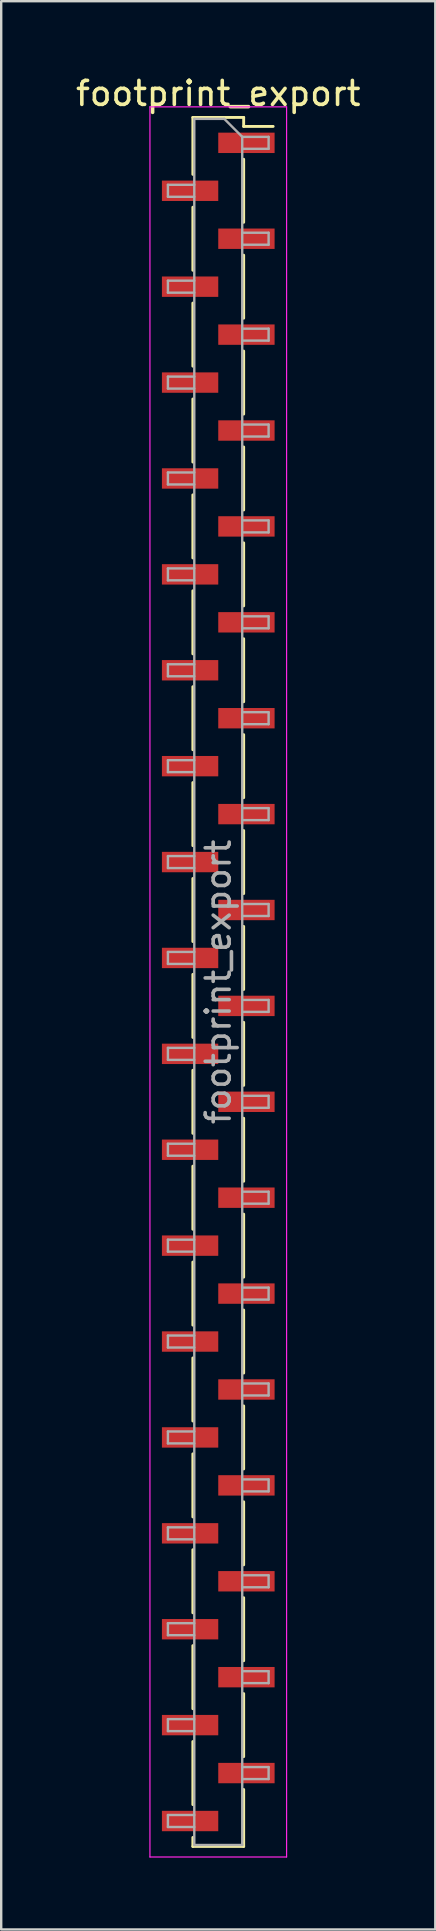
<source format=kicad_pcb>
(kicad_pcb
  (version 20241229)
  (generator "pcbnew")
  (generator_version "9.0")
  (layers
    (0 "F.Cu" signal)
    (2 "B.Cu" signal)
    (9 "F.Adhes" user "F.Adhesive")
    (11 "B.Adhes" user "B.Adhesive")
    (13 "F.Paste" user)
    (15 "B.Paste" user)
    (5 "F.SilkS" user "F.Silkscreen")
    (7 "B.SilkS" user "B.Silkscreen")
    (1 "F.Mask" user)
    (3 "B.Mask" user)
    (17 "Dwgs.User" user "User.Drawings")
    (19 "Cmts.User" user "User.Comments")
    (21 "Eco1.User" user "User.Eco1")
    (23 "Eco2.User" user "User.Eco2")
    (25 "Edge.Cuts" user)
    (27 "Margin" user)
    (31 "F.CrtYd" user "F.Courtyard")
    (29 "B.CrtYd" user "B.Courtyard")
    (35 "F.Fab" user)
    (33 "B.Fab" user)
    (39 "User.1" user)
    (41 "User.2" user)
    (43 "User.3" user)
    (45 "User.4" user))
  (footprint "footprint_export"
    (layer "F.Cu")
    (at 6.054 37.908)
    (property "Reference" "footprint_export" (at 0 -37.06 0) (layer "F.SilkS") (effects (font (size 1 1) (thickness 0.15))))
    (attr smd)
    (fp_line (start -1.06 -36.06) (end -1.06 -33.685) (stroke (width 0.12) (type solid)) (layer "F.SilkS"))
    (fp_line (start -1.06 -36.06) (end 1.06 -36.06) (stroke (width 0.12) (type solid)) (layer "F.SilkS"))
    (fp_line (start -1.06 -32.315) (end -1.06 -29.685) (stroke (width 0.12) (type solid)) (layer "F.SilkS"))
    (fp_line (start -1.06 -28.315) (end -1.06 -25.685) (stroke (width 0.12) (type solid)) (layer "F.SilkS"))
    (fp_line (start -1.06 -24.315) (end -1.06 -21.685) (stroke (width 0.12) (type solid)) (layer "F.SilkS"))
    (fp_line (start -1.06 -20.315) (end -1.06 -17.685) (stroke (width 0.12) (type solid)) (layer "F.SilkS"))
    (fp_line (start -1.06 -16.315) (end -1.06 -13.685) (stroke (width 0.12) (type solid)) (layer "F.SilkS"))
    (fp_line (start -1.06 -12.315) (end -1.06 -9.685) (stroke (width 0.12) (type solid)) (layer "F.SilkS"))
    (fp_line (start -1.06 -8.315) (end -1.06 -5.685) (stroke (width 0.12) (type solid)) (layer "F.SilkS"))
    (fp_line (start -1.06 -4.315) (end -1.06 -1.685) (stroke (width 0.12) (type solid)) (layer "F.SilkS"))
    (fp_line (start -1.06 -0.315) (end -1.06 2.315) (stroke (width 0.12) (type solid)) (layer "F.SilkS"))
    (fp_line (start -1.06 3.685) (end -1.06 6.315) (stroke (width 0.12) (type solid)) (layer "F.SilkS"))
    (fp_line (start -1.06 7.685) (end -1.06 10.315) (stroke (width 0.12) (type solid)) (layer "F.SilkS"))
    (fp_line (start -1.06 11.685) (end -1.06 14.315) (stroke (width 0.12) (type solid)) (layer "F.SilkS"))
    (fp_line (start -1.06 15.685) (end -1.06 18.315) (stroke (width 0.12) (type solid)) (layer "F.SilkS"))
    (fp_line (start -1.06 19.685) (end -1.06 22.315) (stroke (width 0.12) (type solid)) (layer "F.SilkS"))
    (fp_line (start -1.06 23.685) (end -1.06 26.315) (stroke (width 0.12) (type solid)) (layer "F.SilkS"))
    (fp_line (start -1.06 27.685) (end -1.06 30.315) (stroke (width 0.12) (type solid)) (layer "F.SilkS"))
    (fp_line (start -1.06 31.685) (end -1.06 34.315) (stroke (width 0.12) (type solid)) (layer "F.SilkS"))
    (fp_line (start -1.06 35.685) (end -1.06 36.06) (stroke (width 0.12) (type solid)) (layer "F.SilkS"))
    (fp_line (start -1.06 36.06) (end 1.06 36.06) (stroke (width 0.12) (type solid)) (layer "F.SilkS"))
    (fp_line (start 1.06 -36.06) (end 1.06 -35.685) (stroke (width 0.12) (type solid)) (layer "F.SilkS"))
    (fp_line (start 1.06 -35.685) (end 2.29 -35.685) (stroke (width 0.12) (type solid)) (layer "F.SilkS"))
    (fp_line (start 1.06 -34.315) (end 1.06 -31.685) (stroke (width 0.12) (type solid)) (layer "F.SilkS"))
    (fp_line (start 1.06 -30.315) (end 1.06 -27.685) (stroke (width 0.12) (type solid)) (layer "F.SilkS"))
    (fp_line (start 1.06 -26.315) (end 1.06 -23.685) (stroke (width 0.12) (type solid)) (layer "F.SilkS"))
    (fp_line (start 1.06 -22.315) (end 1.06 -19.685) (stroke (width 0.12) (type solid)) (layer "F.SilkS"))
    (fp_line (start 1.06 -18.315) (end 1.06 -15.685) (stroke (width 0.12) (type solid)) (layer "F.SilkS"))
    (fp_line (start 1.06 -14.315) (end 1.06 -11.685) (stroke (width 0.12) (type solid)) (layer "F.SilkS"))
    (fp_line (start 1.06 -10.315) (end 1.06 -7.685) (stroke (width 0.12) (type solid)) (layer "F.SilkS"))
    (fp_line (start 1.06 -6.315) (end 1.06 -3.685) (stroke (width 0.12) (type solid)) (layer "F.SilkS"))
    (fp_line (start 1.06 -2.315) (end 1.06 0.315) (stroke (width 0.12) (type solid)) (layer "F.SilkS"))
    (fp_line (start 1.06 1.685) (end 1.06 4.315) (stroke (width 0.12) (type solid)) (layer "F.SilkS"))
    (fp_line (start 1.06 5.685) (end 1.06 8.315) (stroke (width 0.12) (type solid)) (layer "F.SilkS"))
    (fp_line (start 1.06 9.685) (end 1.06 12.315) (stroke (width 0.12) (type solid)) (layer "F.SilkS"))
    (fp_line (start 1.06 13.685) (end 1.06 16.315) (stroke (width 0.12) (type solid)) (layer "F.SilkS"))
    (fp_line (start 1.06 17.685) (end 1.06 20.315) (stroke (width 0.12) (type solid)) (layer "F.SilkS"))
    (fp_line (start 1.06 21.685) (end 1.06 24.315) (stroke (width 0.12) (type solid)) (layer "F.SilkS"))
    (fp_line (start 1.06 25.685) (end 1.06 28.315) (stroke (width 0.12) (type solid)) (layer "F.SilkS"))
    (fp_line (start 1.06 29.685) (end 1.06 32.315) (stroke (width 0.12) (type solid)) (layer "F.SilkS"))
    (fp_line (start 1.06 33.685) (end 1.06 36.06) (stroke (width 0.12) (type solid)) (layer "F.SilkS"))
    (fp_line (start -2.85 -36.5) (end -2.85 36.5) (stroke (width 0.05) (type solid)) (layer "F.CrtYd"))
    (fp_line (start -2.85 36.5) (end 2.85 36.5) (stroke (width 0.05) (type solid)) (layer "F.CrtYd"))
    (fp_line (start 2.85 -36.5) (end -2.85 -36.5) (stroke (width 0.05) (type solid)) (layer "F.CrtYd"))
    (fp_line (start 2.85 36.5) (end 2.85 -36.5) (stroke (width 0.05) (type solid)) (layer "F.CrtYd"))
    (fp_line (start -2.1 -33.25) (end -2.1 -32.75) (stroke (width 0.1) (type solid)) (layer "F.Fab"))
    (fp_line (start -2.1 -32.75) (end -1 -32.75) (stroke (width 0.1) (type solid)) (layer "F.Fab"))
    (fp_line (start -2.1 -29.25) (end -2.1 -28.75) (stroke (width 0.1) (type solid)) (layer "F.Fab"))
    (fp_line (start -2.1 -28.75) (end -1 -28.75) (stroke (width 0.1) (type solid)) (layer "F.Fab"))
    (fp_line (start -2.1 -25.25) (end -2.1 -24.75) (stroke (width 0.1) (type solid)) (layer "F.Fab"))
    (fp_line (start -2.1 -24.75) (end -1 -24.75) (stroke (width 0.1) (type solid)) (layer "F.Fab"))
    (fp_line (start -2.1 -21.25) (end -2.1 -20.75) (stroke (width 0.1) (type solid)) (layer "F.Fab"))
    (fp_line (start -2.1 -20.75) (end -1 -20.75) (stroke (width 0.1) (type solid)) (layer "F.Fab"))
    (fp_line (start -2.1 -17.25) (end -2.1 -16.75) (stroke (width 0.1) (type solid)) (layer "F.Fab"))
    (fp_line (start -2.1 -16.75) (end -1 -16.75) (stroke (width 0.1) (type solid)) (layer "F.Fab"))
    (fp_line (start -2.1 -13.25) (end -2.1 -12.75) (stroke (width 0.1) (type solid)) (layer "F.Fab"))
    (fp_line (start -2.1 -12.75) (end -1 -12.75) (stroke (width 0.1) (type solid)) (layer "F.Fab"))
    (fp_line (start -2.1 -9.25) (end -2.1 -8.75) (stroke (width 0.1) (type solid)) (layer "F.Fab"))
    (fp_line (start -2.1 -8.75) (end -1 -8.75) (stroke (width 0.1) (type solid)) (layer "F.Fab"))
    (fp_line (start -2.1 -5.25) (end -2.1 -4.75) (stroke (width 0.1) (type solid)) (layer "F.Fab"))
    (fp_line (start -2.1 -4.75) (end -1 -4.75) (stroke (width 0.1) (type solid)) (layer "F.Fab"))
    (fp_line (start -2.1 -1.25) (end -2.1 -0.75) (stroke (width 0.1) (type solid)) (layer "F.Fab"))
    (fp_line (start -2.1 -0.75) (end -1 -0.75) (stroke (width 0.1) (type solid)) (layer "F.Fab"))
    (fp_line (start -2.1 2.75) (end -2.1 3.25) (stroke (width 0.1) (type solid)) (layer "F.Fab"))
    (fp_line (start -2.1 3.25) (end -1 3.25) (stroke (width 0.1) (type solid)) (layer "F.Fab"))
    (fp_line (start -2.1 6.75) (end -2.1 7.25) (stroke (width 0.1) (type solid)) (layer "F.Fab"))
    (fp_line (start -2.1 7.25) (end -1 7.25) (stroke (width 0.1) (type solid)) (layer "F.Fab"))
    (fp_line (start -2.1 10.75) (end -2.1 11.25) (stroke (width 0.1) (type solid)) (layer "F.Fab"))
    (fp_line (start -2.1 11.25) (end -1 11.25) (stroke (width 0.1) (type solid)) (layer "F.Fab"))
    (fp_line (start -2.1 14.75) (end -2.1 15.25) (stroke (width 0.1) (type solid)) (layer "F.Fab"))
    (fp_line (start -2.1 15.25) (end -1 15.25) (stroke (width 0.1) (type solid)) (layer "F.Fab"))
    (fp_line (start -2.1 18.75) (end -2.1 19.25) (stroke (width 0.1) (type solid)) (layer "F.Fab"))
    (fp_line (start -2.1 19.25) (end -1 19.25) (stroke (width 0.1) (type solid)) (layer "F.Fab"))
    (fp_line (start -2.1 22.75) (end -2.1 23.25) (stroke (width 0.1) (type solid)) (layer "F.Fab"))
    (fp_line (start -2.1 23.25) (end -1 23.25) (stroke (width 0.1) (type solid)) (layer "F.Fab"))
    (fp_line (start -2.1 26.75) (end -2.1 27.25) (stroke (width 0.1) (type solid)) (layer "F.Fab"))
    (fp_line (start -2.1 27.25) (end -1 27.25) (stroke (width 0.1) (type solid)) (layer "F.Fab"))
    (fp_line (start -2.1 30.75) (end -2.1 31.25) (stroke (width 0.1) (type solid)) (layer "F.Fab"))
    (fp_line (start -2.1 31.25) (end -1 31.25) (stroke (width 0.1) (type solid)) (layer "F.Fab"))
    (fp_line (start -2.1 34.75) (end -2.1 35.25) (stroke (width 0.1) (type solid)) (layer "F.Fab"))
    (fp_line (start -2.1 35.25) (end -1 35.25) (stroke (width 0.1) (type solid)) (layer "F.Fab"))
    (fp_line (start -1 -36) (end -1 36) (stroke (width 0.1) (type solid)) (layer "F.Fab"))
    (fp_line (start -1 -36) (end 0.25 -36) (stroke (width 0.1) (type solid)) (layer "F.Fab"))
    (fp_line (start -1 -33.25) (end -2.1 -33.25) (stroke (width 0.1) (type solid)) (layer "F.Fab"))
    (fp_line (start -1 -29.25) (end -2.1 -29.25) (stroke (width 0.1) (type solid)) (layer "F.Fab"))
    (fp_line (start -1 -25.25) (end -2.1 -25.25) (stroke (width 0.1) (type solid)) (layer "F.Fab"))
    (fp_line (start -1 -21.25) (end -2.1 -21.25) (stroke (width 0.1) (type solid)) (layer "F.Fab"))
    (fp_line (start -1 -17.25) (end -2.1 -17.25) (stroke (width 0.1) (type solid)) (layer "F.Fab"))
    (fp_line (start -1 -13.25) (end -2.1 -13.25) (stroke (width 0.1) (type solid)) (layer "F.Fab"))
    (fp_line (start -1 -9.25) (end -2.1 -9.25) (stroke (width 0.1) (type solid)) (layer "F.Fab"))
    (fp_line (start -1 -5.25) (end -2.1 -5.25) (stroke (width 0.1) (type solid)) (layer "F.Fab"))
    (fp_line (start -1 -1.25) (end -2.1 -1.25) (stroke (width 0.1) (type solid)) (layer "F.Fab"))
    (fp_line (start -1 2.75) (end -2.1 2.75) (stroke (width 0.1) (type solid)) (layer "F.Fab"))
    (fp_line (start -1 6.75) (end -2.1 6.75) (stroke (width 0.1) (type solid)) (layer "F.Fab"))
    (fp_line (start -1 10.75) (end -2.1 10.75) (stroke (width 0.1) (type solid)) (layer "F.Fab"))
    (fp_line (start -1 14.75) (end -2.1 14.75) (stroke (width 0.1) (type solid)) (layer "F.Fab"))
    (fp_line (start -1 18.75) (end -2.1 18.75) (stroke (width 0.1) (type solid)) (layer "F.Fab"))
    (fp_line (start -1 22.75) (end -2.1 22.75) (stroke (width 0.1) (type solid)) (layer "F.Fab"))
    (fp_line (start -1 26.75) (end -2.1 26.75) (stroke (width 0.1) (type solid)) (layer "F.Fab"))
    (fp_line (start -1 30.75) (end -2.1 30.75) (stroke (width 0.1) (type solid)) (layer "F.Fab"))
    (fp_line (start -1 34.75) (end -2.1 34.75) (stroke (width 0.1) (type solid)) (layer "F.Fab"))
    (fp_line (start 1 -35.25) (end 0.25 -36) (stroke (width 0.1) (type solid)) (layer "F.Fab"))
    (fp_line (start 1 -35.25) (end 2.1 -35.25) (stroke (width 0.1) (type solid)) (layer "F.Fab"))
    (fp_line (start 1 -31.25) (end 2.1 -31.25) (stroke (width 0.1) (type solid)) (layer "F.Fab"))
    (fp_line (start 1 -27.25) (end 2.1 -27.25) (stroke (width 0.1) (type solid)) (layer "F.Fab"))
    (fp_line (start 1 -23.25) (end 2.1 -23.25) (stroke (width 0.1) (type solid)) (layer "F.Fab"))
    (fp_line (start 1 -19.25) (end 2.1 -19.25) (stroke (width 0.1) (type solid)) (layer "F.Fab"))
    (fp_line (start 1 -15.25) (end 2.1 -15.25) (stroke (width 0.1) (type solid)) (layer "F.Fab"))
    (fp_line (start 1 -11.25) (end 2.1 -11.25) (stroke (width 0.1) (type solid)) (layer "F.Fab"))
    (fp_line (start 1 -7.25) (end 2.1 -7.25) (stroke (width 0.1) (type solid)) (layer "F.Fab"))
    (fp_line (start 1 -3.25) (end 2.1 -3.25) (stroke (width 0.1) (type solid)) (layer "F.Fab"))
    (fp_line (start 1 0.75) (end 2.1 0.75) (stroke (width 0.1) (type solid)) (layer "F.Fab"))
    (fp_line (start 1 4.75) (end 2.1 4.75) (stroke (width 0.1) (type solid)) (layer "F.Fab"))
    (fp_line (start 1 8.75) (end 2.1 8.75) (stroke (width 0.1) (type solid)) (layer "F.Fab"))
    (fp_line (start 1 12.75) (end 2.1 12.75) (stroke (width 0.1) (type solid)) (layer "F.Fab"))
    (fp_line (start 1 16.75) (end 2.1 16.75) (stroke (width 0.1) (type solid)) (layer "F.Fab"))
    (fp_line (start 1 20.75) (end 2.1 20.75) (stroke (width 0.1) (type solid)) (layer "F.Fab"))
    (fp_line (start 1 24.75) (end 2.1 24.75) (stroke (width 0.1) (type solid)) (layer "F.Fab"))
    (fp_line (start 1 28.75) (end 2.1 28.75) (stroke (width 0.1) (type solid)) (layer "F.Fab"))
    (fp_line (start 1 32.75) (end 2.1 32.75) (stroke (width 0.1) (type solid)) (layer "F.Fab"))
    (fp_line (start 1 36) (end -1 36) (stroke (width 0.1) (type solid)) (layer "F.Fab"))
    (fp_line (start 1 36) (end 1 -35.25) (stroke (width 0.1) (type solid)) (layer "F.Fab"))
    (fp_line (start 2.1 -35.25) (end 2.1 -34.75) (stroke (width 0.1) (type solid)) (layer "F.Fab"))
    (fp_line (start 2.1 -34.75) (end 1 -34.75) (stroke (width 0.1) (type solid)) (layer "F.Fab"))
    (fp_line (start 2.1 -31.25) (end 2.1 -30.75) (stroke (width 0.1) (type solid)) (layer "F.Fab"))
    (fp_line (start 2.1 -30.75) (end 1 -30.75) (stroke (width 0.1) (type solid)) (layer "F.Fab"))
    (fp_line (start 2.1 -27.25) (end 2.1 -26.75) (stroke (width 0.1) (type solid)) (layer "F.Fab"))
    (fp_line (start 2.1 -26.75) (end 1 -26.75) (stroke (width 0.1) (type solid)) (layer "F.Fab"))
    (fp_line (start 2.1 -23.25) (end 2.1 -22.75) (stroke (width 0.1) (type solid)) (layer "F.Fab"))
    (fp_line (start 2.1 -22.75) (end 1 -22.75) (stroke (width 0.1) (type solid)) (layer "F.Fab"))
    (fp_line (start 2.1 -19.25) (end 2.1 -18.75) (stroke (width 0.1) (type solid)) (layer "F.Fab"))
    (fp_line (start 2.1 -18.75) (end 1 -18.75) (stroke (width 0.1) (type solid)) (layer "F.Fab"))
    (fp_line (start 2.1 -15.25) (end 2.1 -14.75) (stroke (width 0.1) (type solid)) (layer "F.Fab"))
    (fp_line (start 2.1 -14.75) (end 1 -14.75) (stroke (width 0.1) (type solid)) (layer "F.Fab"))
    (fp_line (start 2.1 -11.25) (end 2.1 -10.75) (stroke (width 0.1) (type solid)) (layer "F.Fab"))
    (fp_line (start 2.1 -10.75) (end 1 -10.75) (stroke (width 0.1) (type solid)) (layer "F.Fab"))
    (fp_line (start 2.1 -7.25) (end 2.1 -6.75) (stroke (width 0.1) (type solid)) (layer "F.Fab"))
    (fp_line (start 2.1 -6.75) (end 1 -6.75) (stroke (width 0.1) (type solid)) (layer "F.Fab"))
    (fp_line (start 2.1 -3.25) (end 2.1 -2.75) (stroke (width 0.1) (type solid)) (layer "F.Fab"))
    (fp_line (start 2.1 -2.75) (end 1 -2.75) (stroke (width 0.1) (type solid)) (layer "F.Fab"))
    (fp_line (start 2.1 0.75) (end 2.1 1.25) (stroke (width 0.1) (type solid)) (layer "F.Fab"))
    (fp_line (start 2.1 1.25) (end 1 1.25) (stroke (width 0.1) (type solid)) (layer "F.Fab"))
    (fp_line (start 2.1 4.75) (end 2.1 5.25) (stroke (width 0.1) (type solid)) (layer "F.Fab"))
    (fp_line (start 2.1 5.25) (end 1 5.25) (stroke (width 0.1) (type solid)) (layer "F.Fab"))
    (fp_line (start 2.1 8.75) (end 2.1 9.25) (stroke (width 0.1) (type solid)) (layer "F.Fab"))
    (fp_line (start 2.1 9.25) (end 1 9.25) (stroke (width 0.1) (type solid)) (layer "F.Fab"))
    (fp_line (start 2.1 12.75) (end 2.1 13.25) (stroke (width 0.1) (type solid)) (layer "F.Fab"))
    (fp_line (start 2.1 13.25) (end 1 13.25) (stroke (width 0.1) (type solid)) (layer "F.Fab"))
    (fp_line (start 2.1 16.75) (end 2.1 17.25) (stroke (width 0.1) (type solid)) (layer "F.Fab"))
    (fp_line (start 2.1 17.25) (end 1 17.25) (stroke (width 0.1) (type solid)) (layer "F.Fab"))
    (fp_line (start 2.1 20.75) (end 2.1 21.25) (stroke (width 0.1) (type solid)) (layer "F.Fab"))
    (fp_line (start 2.1 21.25) (end 1 21.25) (stroke (width 0.1) (type solid)) (layer "F.Fab"))
    (fp_line (start 2.1 24.75) (end 2.1 25.25) (stroke (width 0.1) (type solid)) (layer "F.Fab"))
    (fp_line (start 2.1 25.25) (end 1 25.25) (stroke (width 0.1) (type solid)) (layer "F.Fab"))
    (fp_line (start 2.1 28.75) (end 2.1 29.25) (stroke (width 0.1) (type solid)) (layer "F.Fab"))
    (fp_line (start 2.1 29.25) (end 1 29.25) (stroke (width 0.1) (type solid)) (layer "F.Fab"))
    (fp_line (start 2.1 32.75) (end 2.1 33.25) (stroke (width 0.1) (type solid)) (layer "F.Fab"))
    (fp_line (start 2.1 33.25) (end 1 33.25) (stroke (width 0.1) (type solid)) (layer "F.Fab"))
    (fp_text user "${REFERENCE}" (at 0 0 90) (layer "F.Fab") (effects (font (size 1 1) (thickness 0.15))))
    (pad "1" smd rect (at 1.175 -35) (size 2.35 0.85) (layers "F.Cu" "F.Mask" "F.Paste"))
    (pad "2" smd rect (at -1.175 -33) (size 2.35 0.85) (layers "F.Cu" "F.Mask" "F.Paste"))
    (pad "3" smd rect (at 1.175 -31) (size 2.35 0.85) (layers "F.Cu" "F.Mask" "F.Paste"))
    (pad "4" smd rect (at -1.175 -29) (size 2.35 0.85) (layers "F.Cu" "F.Mask" "F.Paste"))
    (pad "5" smd rect (at 1.175 -27) (size 2.35 0.85) (layers "F.Cu" "F.Mask" "F.Paste"))
    (pad "6" smd rect (at -1.175 -25) (size 2.35 0.85) (layers "F.Cu" "F.Mask" "F.Paste"))
    (pad "7" smd rect (at 1.175 -23) (size 2.35 0.85) (layers "F.Cu" "F.Mask" "F.Paste"))
    (pad "8" smd rect (at -1.175 -21) (size 2.35 0.85) (layers "F.Cu" "F.Mask" "F.Paste"))
    (pad "9" smd rect (at 1.175 -19) (size 2.35 0.85) (layers "F.Cu" "F.Mask" "F.Paste"))
    (pad "10" smd rect (at -1.175 -17) (size 2.35 0.85) (layers "F.Cu" "F.Mask" "F.Paste"))
    (pad "11" smd rect (at 1.175 -15) (size 2.35 0.85) (layers "F.Cu" "F.Mask" "F.Paste"))
    (pad "12" smd rect (at -1.175 -13) (size 2.35 0.85) (layers "F.Cu" "F.Mask" "F.Paste"))
    (pad "13" smd rect (at 1.175 -11) (size 2.35 0.85) (layers "F.Cu" "F.Mask" "F.Paste"))
    (pad "14" smd rect (at -1.175 -9) (size 2.35 0.85) (layers "F.Cu" "F.Mask" "F.Paste"))
    (pad "15" smd rect (at 1.175 -7) (size 2.35 0.85) (layers "F.Cu" "F.Mask" "F.Paste"))
    (pad "16" smd rect (at -1.175 -5) (size 2.35 0.85) (layers "F.Cu" "F.Mask" "F.Paste"))
    (pad "17" smd rect (at 1.175 -3) (size 2.35 0.85) (layers "F.Cu" "F.Mask" "F.Paste"))
    (pad "18" smd rect (at -1.175 -1) (size 2.35 0.85) (layers "F.Cu" "F.Mask" "F.Paste"))
    (pad "19" smd rect (at 1.175 1) (size 2.35 0.85) (layers "F.Cu" "F.Mask" "F.Paste"))
    (pad "20" smd rect (at -1.175 3) (size 2.35 0.85) (layers "F.Cu" "F.Mask" "F.Paste"))
    (pad "21" smd rect (at 1.175 5) (size 2.35 0.85) (layers "F.Cu" "F.Mask" "F.Paste"))
    (pad "22" smd rect (at -1.175 7) (size 2.35 0.85) (layers "F.Cu" "F.Mask" "F.Paste"))
    (pad "23" smd rect (at 1.175 9) (size 2.35 0.85) (layers "F.Cu" "F.Mask" "F.Paste"))
    (pad "24" smd rect (at -1.175 11) (size 2.35 0.85) (layers "F.Cu" "F.Mask" "F.Paste"))
    (pad "25" smd rect (at 1.175 13) (size 2.35 0.85) (layers "F.Cu" "F.Mask" "F.Paste"))
    (pad "26" smd rect (at -1.175 15) (size 2.35 0.85) (layers "F.Cu" "F.Mask" "F.Paste"))
    (pad "27" smd rect (at 1.175 17) (size 2.35 0.85) (layers "F.Cu" "F.Mask" "F.Paste"))
    (pad "28" smd rect (at -1.175 19) (size 2.35 0.85) (layers "F.Cu" "F.Mask" "F.Paste"))
    (pad "29" smd rect (at 1.175 21) (size 2.35 0.85) (layers "F.Cu" "F.Mask" "F.Paste"))
    (pad "30" smd rect (at -1.175 23) (size 2.35 0.85) (layers "F.Cu" "F.Mask" "F.Paste"))
    (pad "31" smd rect (at 1.175 25) (size 2.35 0.85) (layers "F.Cu" "F.Mask" "F.Paste"))
    (pad "32" smd rect (at -1.175 27) (size 2.35 0.85) (layers "F.Cu" "F.Mask" "F.Paste"))
    (pad "33" smd rect (at 1.175 29) (size 2.35 0.85) (layers "F.Cu" "F.Mask" "F.Paste"))
    (pad "34" smd rect (at -1.175 31) (size 2.35 0.85) (layers "F.Cu" "F.Mask" "F.Paste"))
    (pad "35" smd rect (at 1.175 33) (size 2.35 0.85) (layers "F.Cu" "F.Mask" "F.Paste"))
    (pad "36" smd rect (at -1.175 35) (size 2.35 0.85) (layers "F.Cu" "F.Mask" "F.Paste")))
  (gr_rect
    (start -3 -3)
    (end 15.107 77.433)
    (stroke (width 0.1) (type default))
    (fill no)
    (layer "Edge.Cuts")))
</source>
